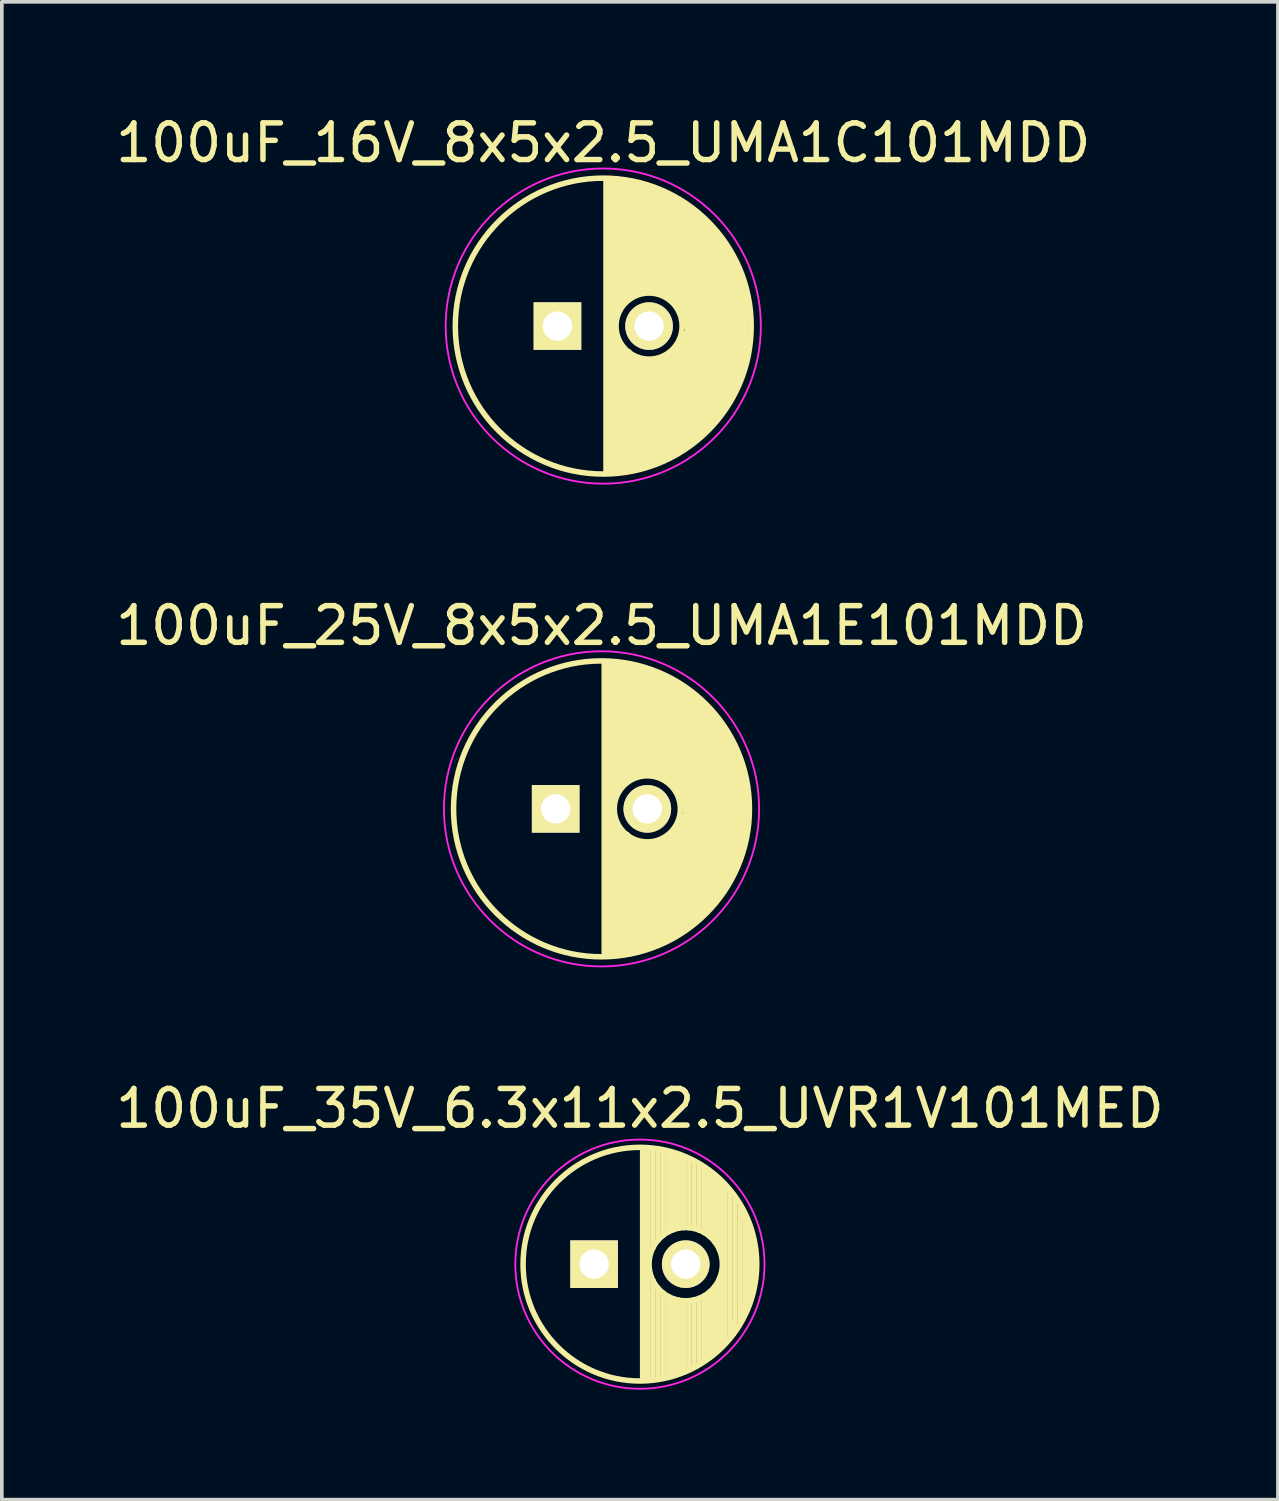
<source format=kicad_pcb>
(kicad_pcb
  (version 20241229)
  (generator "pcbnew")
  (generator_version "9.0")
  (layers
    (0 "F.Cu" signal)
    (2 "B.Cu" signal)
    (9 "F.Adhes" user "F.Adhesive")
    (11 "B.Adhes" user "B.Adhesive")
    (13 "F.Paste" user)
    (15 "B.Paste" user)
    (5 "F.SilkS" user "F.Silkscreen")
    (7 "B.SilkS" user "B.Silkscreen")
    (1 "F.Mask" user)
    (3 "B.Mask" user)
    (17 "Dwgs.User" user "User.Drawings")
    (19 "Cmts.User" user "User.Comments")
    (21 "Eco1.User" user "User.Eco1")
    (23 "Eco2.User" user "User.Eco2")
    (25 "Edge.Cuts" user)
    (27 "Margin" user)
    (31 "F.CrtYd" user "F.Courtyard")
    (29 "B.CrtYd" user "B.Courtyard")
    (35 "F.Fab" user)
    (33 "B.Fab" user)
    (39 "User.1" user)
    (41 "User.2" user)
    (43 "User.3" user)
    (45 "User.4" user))
  (footprint "100uF_25V_8x5x2.5_UMA1E101MDD"
    (layer "F.Cu")
    (at 13.363 19.021)
    (property "Reference" "100uF_25V_8x5x2.5_UMA1E101MDD" (at 0 -5 0) (layer "F.SilkS") (effects (font (size 1 1) (thickness 0.15))))
    (attr through_hole)
    (fp_line (start 0.075 -3.999) (end 0.075 3.999) (stroke (width 0.15) (type solid)) (layer "F.SilkS"))
    (fp_line (start 0.2 -4) (end 0.2 4) (stroke (width 0.15) (type solid)) (layer "F.SilkS"))
    (fp_line (start 0.3 4) (end 0.3 -4) (stroke (width 0.15) (type solid)) (layer "F.SilkS"))
    (fp_line (start 0.4 -4) (end 0.4 -0.5) (stroke (width 0.15) (type solid)) (layer "F.SilkS"))
    (fp_line (start 0.4 4) (end 0.4 0.4) (stroke (width 0.15) (type solid)) (layer "F.SilkS"))
    (fp_line (start 0.5 -0.6) (end 0.5 -3.9) (stroke (width 0.15) (type solid)) (layer "F.SilkS"))
    (fp_line (start 0.5 0.6) (end 0.5 3.9) (stroke (width 0.15) (type solid)) (layer "F.SilkS"))
    (fp_line (start 0.6 -3.9) (end 0.6 -0.7) (stroke (width 0.15) (type solid)) (layer "F.SilkS"))
    (fp_line (start 0.6 3.9) (end 0.6 0.7) (stroke (width 0.15) (type solid)) (layer "F.SilkS"))
    (fp_line (start 0.7 -0.8) (end 0.7 -3.9) (stroke (width 0.15) (type solid)) (layer "F.SilkS"))
    (fp_line (start 0.7 0.7) (end 0.7 3.9) (stroke (width 0.15) (type solid)) (layer "F.SilkS"))
    (fp_line (start 0.8 -3.9) (end 0.8 -0.9) (stroke (width 0.15) (type solid)) (layer "F.SilkS"))
    (fp_line (start 0.8 3.9) (end 0.8 0.8) (stroke (width 0.15) (type solid)) (layer "F.SilkS"))
    (fp_line (start 0.9 -0.9) (end 0.9 -3.9) (stroke (width 0.15) (type solid)) (layer "F.SilkS"))
    (fp_line (start 0.9 0.9) (end 0.9 3.8) (stroke (width 0.15) (type solid)) (layer "F.SilkS"))
    (fp_line (start 1 -3.9) (end 1 -1) (stroke (width 0.15) (type solid)) (layer "F.SilkS"))
    (fp_line (start 1 3.9) (end 1 0.9) (stroke (width 0.15) (type solid)) (layer "F.SilkS"))
    (fp_line (start 1.1 -1) (end 1.1 -3.8) (stroke (width 0.15) (type solid)) (layer "F.SilkS"))
    (fp_line (start 1.1 1) (end 1.1 3.8) (stroke (width 0.15) (type solid)) (layer "F.SilkS"))
    (fp_line (start 1.1 3.8) (end 1 3.9) (stroke (width 0.15) (type solid)) (layer "F.SilkS"))
    (fp_line (start 1.2 -1) (end 1.2 -3.8) (stroke (width 0.15) (type solid)) (layer "F.SilkS"))
    (fp_line (start 1.2 3.8) (end 1.2 1) (stroke (width 0.15) (type solid)) (layer "F.SilkS"))
    (fp_line (start 1.3 -3.8) (end 1.3 -1) (stroke (width 0.15) (type solid)) (layer "F.SilkS"))
    (fp_line (start 1.3 1) (end 1.3 3.8) (stroke (width 0.15) (type solid)) (layer "F.SilkS"))
    (fp_line (start 1.4 -0.9) (end 1.4 -3.7) (stroke (width 0.15) (type solid)) (layer "F.SilkS"))
    (fp_line (start 1.4 3.7) (end 1.4 1) (stroke (width 0.15) (type solid)) (layer "F.SilkS"))
    (fp_line (start 1.5 -3.7) (end 1.5 -1) (stroke (width 0.15) (type solid)) (layer "F.SilkS"))
    (fp_line (start 1.5 0.9) (end 1.5 3.7) (stroke (width 0.15) (type solid)) (layer "F.SilkS"))
    (fp_line (start 1.6 -0.9) (end 1.6 -3.6) (stroke (width 0.15) (type solid)) (layer "F.SilkS"))
    (fp_line (start 1.6 3.6) (end 1.6 0.9) (stroke (width 0.15) (type solid)) (layer "F.SilkS"))
    (fp_line (start 1.7 -3.6) (end 1.7 -0.9) (stroke (width 0.15) (type solid)) (layer "F.SilkS"))
    (fp_line (start 1.7 0.9) (end 1.7 3.6) (stroke (width 0.15) (type solid)) (layer "F.SilkS"))
    (fp_line (start 1.8 -0.8) (end 1.8 -3.5) (stroke (width 0.15) (type solid)) (layer "F.SilkS"))
    (fp_line (start 1.8 3.6) (end 1.8 0.8) (stroke (width 0.15) (type solid)) (layer "F.SilkS"))
    (fp_line (start 1.9 -3.5) (end 1.9 -0.7) (stroke (width 0.15) (type solid)) (layer "F.SilkS"))
    (fp_line (start 1.9 0.7) (end 1.9 3.5) (stroke (width 0.15) (type solid)) (layer "F.SilkS"))
    (fp_line (start 2 -0.6) (end 2 -3.4) (stroke (width 0.15) (type solid)) (layer "F.SilkS"))
    (fp_line (start 2 3.5) (end 2 0.6) (stroke (width 0.15) (type solid)) (layer "F.SilkS"))
    (fp_line (start 2.1 -3.4) (end 2.1 -0.4) (stroke (width 0.15) (type solid)) (layer "F.SilkS"))
    (fp_line (start 2.1 0.4) (end 2.1 3.4) (stroke (width 0.15) (type solid)) (layer "F.SilkS"))
    (fp_line (start 2.2 0) (end 2.2 -3.3) (stroke (width 0.15) (type solid)) (layer "F.SilkS"))
    (fp_line (start 2.2 0.2) (end 2.2 3.3) (stroke (width 0.15) (type solid)) (layer "F.SilkS"))
    (fp_line (start 2.3 -3.2) (end 2.3 3.3) (stroke (width 0.15) (type solid)) (layer "F.SilkS"))
    (fp_line (start 2.4 3.1) (end 2.4 -3.2) (stroke (width 0.15) (type solid)) (layer "F.SilkS"))
    (fp_line (start 2.5 -3.1) (end 2.5 3.1) (stroke (width 0.15) (type solid)) (layer "F.SilkS"))
    (fp_line (start 2.6 3) (end 2.6 -3) (stroke (width 0.15) (type solid)) (layer "F.SilkS"))
    (fp_line (start 2.7 -2.9) (end 2.7 2.9) (stroke (width 0.15) (type solid)) (layer "F.SilkS"))
    (fp_line (start 2.8 2.8) (end 2.8 -2.8) (stroke (width 0.15) (type solid)) (layer "F.SilkS"))
    (fp_line (start 2.9 -2.7) (end 2.9 2.7) (stroke (width 0.15) (type solid)) (layer "F.SilkS"))
    (fp_line (start 3 2.6) (end 3 -2.6) (stroke (width 0.15) (type solid)) (layer "F.SilkS"))
    (fp_line (start 3.1 -2.5) (end 3.1 2.5) (stroke (width 0.15) (type solid)) (layer "F.SilkS"))
    (fp_line (start 3.2 2.3) (end 3.2 -2.4) (stroke (width 0.15) (type solid)) (layer "F.SilkS"))
    (fp_line (start 3.3 -2.2) (end 3.3 2.2) (stroke (width 0.15) (type solid)) (layer "F.SilkS"))
    (fp_line (start 3.4 2) (end 3.4 -2.1) (stroke (width 0.15) (type solid)) (layer "F.SilkS"))
    (fp_line (start 3.5 -1.9) (end 3.5 1.9) (stroke (width 0.15) (type solid)) (layer "F.SilkS"))
    (fp_line (start 3.6 1.5) (end 3.6 1.8) (stroke (width 0.15) (type solid)) (layer "F.SilkS"))
    (fp_line (start 3.6 1.6) (end 3.6 -1.7) (stroke (width 0.15) (type solid)) (layer "F.SilkS"))
    (fp_line (start 3.7 -1.4) (end 3.7 1.5) (stroke (width 0.15) (type solid)) (layer "F.SilkS"))
    (fp_line (start 3.8 1.2) (end 3.8 -1.2) (stroke (width 0.15) (type solid)) (layer "F.SilkS"))
    (fp_line (start 3.9 -0.8) (end 3.9 0.8) (stroke (width 0.15) (type solid)) (layer "F.SilkS"))
    (fp_circle (center 0 0) (end 0 -4.037) (stroke (width 0.15) (type solid)) (fill no) (layer "F.SilkS"))
    (fp_circle (center 1.25 0) (end 1.75 0.75) (stroke (width 0.15) (type solid)) (fill no) (layer "F.SilkS"))
    (fp_circle (center 0 0) (end 0 -4.3) (stroke (width 0.05) (type solid)) (fill no) (layer "F.CrtYd"))
    (pad "1" thru_hole rect (at -1.25 0) (size 1.3 1.3) (drill 0.8) (layers "*.Cu" "*.Mask" "F.SilkS"))
    (pad "2" thru_hole circle (at 1.25 0) (size 1.3 1.3) (drill 0.8) (layers "*.Cu" "*.Mask" "F.SilkS")))
  (footprint "100uF_35V_6.3x11x2.5_UVR1V101MED"
    (layer "F.Cu")
    (at 14.411 31.445)
    (property "Reference" "100uF_35V_6.3x11x2.5_UVR1V101MED" (at 0 -4.25 0) (layer "F.SilkS") (effects (font (size 1 1) (thickness 0.15))))
    (attr through_hole)
    (fp_line (start 0.075 -3.149) (end 0.075 3.149) (stroke (width 0.15) (type solid)) (layer "F.SilkS"))
    (fp_line (start 0.215 -3.143) (end 0.215 3.143) (stroke (width 0.15) (type solid)) (layer "F.SilkS"))
    (fp_line (start 0.355 -3.13) (end 0.355 -0.446) (stroke (width 0.15) (type solid)) (layer "F.SilkS"))
    (fp_line (start 0.355 0.446) (end 0.355 3.13) (stroke (width 0.15) (type solid)) (layer "F.SilkS"))
    (fp_line (start 0.495 -3.111) (end 0.495 -0.656) (stroke (width 0.15) (type solid)) (layer "F.SilkS"))
    (fp_line (start 0.495 0.656) (end 0.495 3.111) (stroke (width 0.15) (type solid)) (layer "F.SilkS"))
    (fp_line (start 0.635 -3.085) (end 0.635 -0.789) (stroke (width 0.15) (type solid)) (layer "F.SilkS"))
    (fp_line (start 0.635 0.789) (end 0.635 3.085) (stroke (width 0.15) (type solid)) (layer "F.SilkS"))
    (fp_line (start 0.775 -3.053) (end 0.775 -0.88) (stroke (width 0.15) (type solid)) (layer "F.SilkS"))
    (fp_line (start 0.775 0.88) (end 0.775 3.053) (stroke (width 0.15) (type solid)) (layer "F.SilkS"))
    (fp_line (start 0.915 -3.014) (end 0.915 -0.942) (stroke (width 0.15) (type solid)) (layer "F.SilkS"))
    (fp_line (start 0.915 0.942) (end 0.915 3.014) (stroke (width 0.15) (type solid)) (layer "F.SilkS"))
    (fp_line (start 1.055 -2.968) (end 1.055 -0.981) (stroke (width 0.15) (type solid)) (layer "F.SilkS"))
    (fp_line (start 1.055 0.981) (end 1.055 2.968) (stroke (width 0.15) (type solid)) (layer "F.SilkS"))
    (fp_line (start 1.195 -2.915) (end 1.195 -0.998) (stroke (width 0.15) (type solid)) (layer "F.SilkS"))
    (fp_line (start 1.195 0.998) (end 1.195 2.915) (stroke (width 0.15) (type solid)) (layer "F.SilkS"))
    (fp_line (start 1.335 -2.853) (end 1.335 -0.996) (stroke (width 0.15) (type solid)) (layer "F.SilkS"))
    (fp_line (start 1.335 0.996) (end 1.335 2.853) (stroke (width 0.15) (type solid)) (layer "F.SilkS"))
    (fp_line (start 1.475 -2.783) (end 1.475 -0.974) (stroke (width 0.15) (type solid)) (layer "F.SilkS"))
    (fp_line (start 1.475 0.974) (end 1.475 2.783) (stroke (width 0.15) (type solid)) (layer "F.SilkS"))
    (fp_line (start 1.615 -2.704) (end 1.615 -0.931) (stroke (width 0.15) (type solid)) (layer "F.SilkS"))
    (fp_line (start 1.615 0.931) (end 1.615 2.704) (stroke (width 0.15) (type solid)) (layer "F.SilkS"))
    (fp_line (start 1.755 -2.616) (end 1.755 -0.863) (stroke (width 0.15) (type solid)) (layer "F.SilkS"))
    (fp_line (start 1.755 0.863) (end 1.755 2.616) (stroke (width 0.15) (type solid)) (layer "F.SilkS"))
    (fp_line (start 1.895 -2.516) (end 1.895 -0.764) (stroke (width 0.15) (type solid)) (layer "F.SilkS"))
    (fp_line (start 1.895 0.764) (end 1.895 2.516) (stroke (width 0.15) (type solid)) (layer "F.SilkS"))
    (fp_line (start 2.035 -2.404) (end 2.035 -0.619) (stroke (width 0.15) (type solid)) (layer "F.SilkS"))
    (fp_line (start 2.035 0.619) (end 2.035 2.404) (stroke (width 0.15) (type solid)) (layer "F.SilkS"))
    (fp_line (start 2.175 -2.279) (end 2.175 -0.38) (stroke (width 0.15) (type solid)) (layer "F.SilkS"))
    (fp_line (start 2.175 0.38) (end 2.175 2.279) (stroke (width 0.15) (type solid)) (layer "F.SilkS"))
    (fp_line (start 2.315 -2.136) (end 2.315 2.136) (stroke (width 0.15) (type solid)) (layer "F.SilkS"))
    (fp_line (start 2.455 -1.974) (end 2.455 1.974) (stroke (width 0.15) (type solid)) (layer "F.SilkS"))
    (fp_line (start 2.55 1.6) (end 2.55 1.9) (stroke (width 0.15) (type solid)) (layer "F.SilkS"))
    (fp_line (start 2.595 -1.786) (end 2.595 1.786) (stroke (width 0.15) (type solid)) (layer "F.SilkS"))
    (fp_line (start 2.735 -1.563) (end 2.735 1.563) (stroke (width 0.15) (type solid)) (layer "F.SilkS"))
    (fp_line (start 2.75 -1.5) (end 3.05 -0.8) (stroke (width 0.15) (type solid)) (layer "F.SilkS"))
    (fp_line (start 2.875 -1.287) (end 2.875 1.287) (stroke (width 0.15) (type solid)) (layer "F.SilkS"))
    (fp_line (start 2.95 0.9) (end 2.75 1.5) (stroke (width 0.15) (type solid)) (layer "F.SilkS"))
    (fp_line (start 3.015 -0.912) (end 3.015 0.912) (stroke (width 0.15) (type solid)) (layer "F.SilkS"))
    (fp_line (start 3.05 -0.4) (end 3.05 0.5) (stroke (width 0.15) (type solid)) (layer "F.SilkS"))
    (fp_circle (center 0 0) (end 0 -3.188) (stroke (width 0.15) (type solid)) (fill no) (layer "F.SilkS"))
    (fp_circle (center 1.25 0) (end 1.25 -1) (stroke (width 0.15) (type solid)) (fill no) (layer "F.SilkS"))
    (fp_circle (center 0 0) (end 0 -3.4) (stroke (width 0.05) (type solid)) (fill no) (layer "F.CrtYd"))
    (pad "1" thru_hole rect (at -1.25 0) (size 1.3 1.3) (drill 0.8) (layers "*.Cu" "*.Mask" "F.SilkS"))
    (pad "2" thru_hole circle (at 1.25 0) (size 1.3 1.3) (drill 0.8) (layers "*.Cu" "*.Mask" "F.SilkS")))
  (footprint "100uF_16V_8x5x2.5_UMA1C101MDD"
    (layer "F.Cu")
    (at 13.411 5.848)
    (property "Reference" "100uF_16V_8x5x2.5_UMA1C101MDD" (at 0 -5 0) (layer "F.SilkS") (effects (font (size 1 1) (thickness 0.15))))
    (attr through_hole)
    (fp_line (start 0.075 -3.999) (end 0.075 3.999) (stroke (width 0.15) (type solid)) (layer "F.SilkS"))
    (fp_line (start 0.2 -4) (end 0.2 4) (stroke (width 0.15) (type solid)) (layer "F.SilkS"))
    (fp_line (start 0.3 4) (end 0.3 -4) (stroke (width 0.15) (type solid)) (layer "F.SilkS"))
    (fp_line (start 0.4 -4) (end 0.4 -0.5) (stroke (width 0.15) (type solid)) (layer "F.SilkS"))
    (fp_line (start 0.4 4) (end 0.4 0.4) (stroke (width 0.15) (type solid)) (layer "F.SilkS"))
    (fp_line (start 0.5 -0.6) (end 0.5 -3.9) (stroke (width 0.15) (type solid)) (layer "F.SilkS"))
    (fp_line (start 0.5 0.6) (end 0.5 3.9) (stroke (width 0.15) (type solid)) (layer "F.SilkS"))
    (fp_line (start 0.6 -3.9) (end 0.6 -0.7) (stroke (width 0.15) (type solid)) (layer "F.SilkS"))
    (fp_line (start 0.6 3.9) (end 0.6 0.7) (stroke (width 0.15) (type solid)) (layer "F.SilkS"))
    (fp_line (start 0.7 -0.8) (end 0.7 -3.9) (stroke (width 0.15) (type solid)) (layer "F.SilkS"))
    (fp_line (start 0.7 0.7) (end 0.7 3.9) (stroke (width 0.15) (type solid)) (layer "F.SilkS"))
    (fp_line (start 0.8 -3.9) (end 0.8 -0.9) (stroke (width 0.15) (type solid)) (layer "F.SilkS"))
    (fp_line (start 0.8 3.9) (end 0.8 0.8) (stroke (width 0.15) (type solid)) (layer "F.SilkS"))
    (fp_line (start 0.9 -0.9) (end 0.9 -3.9) (stroke (width 0.15) (type solid)) (layer "F.SilkS"))
    (fp_line (start 0.9 0.9) (end 0.9 3.8) (stroke (width 0.15) (type solid)) (layer "F.SilkS"))
    (fp_line (start 1 -3.9) (end 1 -1) (stroke (width 0.15) (type solid)) (layer "F.SilkS"))
    (fp_line (start 1 3.9) (end 1 0.9) (stroke (width 0.15) (type solid)) (layer "F.SilkS"))
    (fp_line (start 1.1 -1) (end 1.1 -3.8) (stroke (width 0.15) (type solid)) (layer "F.SilkS"))
    (fp_line (start 1.1 1) (end 1.1 3.8) (stroke (width 0.15) (type solid)) (layer "F.SilkS"))
    (fp_line (start 1.1 3.8) (end 1 3.9) (stroke (width 0.15) (type solid)) (layer "F.SilkS"))
    (fp_line (start 1.2 -1) (end 1.2 -3.8) (stroke (width 0.15) (type solid)) (layer "F.SilkS"))
    (fp_line (start 1.2 3.8) (end 1.2 1) (stroke (width 0.15) (type solid)) (layer "F.SilkS"))
    (fp_line (start 1.3 -3.8) (end 1.3 -1) (stroke (width 0.15) (type solid)) (layer "F.SilkS"))
    (fp_line (start 1.3 1) (end 1.3 3.8) (stroke (width 0.15) (type solid)) (layer "F.SilkS"))
    (fp_line (start 1.4 -0.9) (end 1.4 -3.7) (stroke (width 0.15) (type solid)) (layer "F.SilkS"))
    (fp_line (start 1.4 3.7) (end 1.4 1) (stroke (width 0.15) (type solid)) (layer "F.SilkS"))
    (fp_line (start 1.5 -3.7) (end 1.5 -1) (stroke (width 0.15) (type solid)) (layer "F.SilkS"))
    (fp_line (start 1.5 0.9) (end 1.5 3.7) (stroke (width 0.15) (type solid)) (layer "F.SilkS"))
    (fp_line (start 1.6 -0.9) (end 1.6 -3.6) (stroke (width 0.15) (type solid)) (layer "F.SilkS"))
    (fp_line (start 1.6 3.6) (end 1.6 0.9) (stroke (width 0.15) (type solid)) (layer "F.SilkS"))
    (fp_line (start 1.7 -3.6) (end 1.7 -0.9) (stroke (width 0.15) (type solid)) (layer "F.SilkS"))
    (fp_line (start 1.7 0.9) (end 1.7 3.6) (stroke (width 0.15) (type solid)) (layer "F.SilkS"))
    (fp_line (start 1.8 -0.8) (end 1.8 -3.5) (stroke (width 0.15) (type solid)) (layer "F.SilkS"))
    (fp_line (start 1.8 3.6) (end 1.8 0.8) (stroke (width 0.15) (type solid)) (layer "F.SilkS"))
    (fp_line (start 1.9 -3.5) (end 1.9 -0.7) (stroke (width 0.15) (type solid)) (layer "F.SilkS"))
    (fp_line (start 1.9 0.7) (end 1.9 3.5) (stroke (width 0.15) (type solid)) (layer "F.SilkS"))
    (fp_line (start 2 -0.6) (end 2 -3.4) (stroke (width 0.15) (type solid)) (layer "F.SilkS"))
    (fp_line (start 2 3.5) (end 2 0.6) (stroke (width 0.15) (type solid)) (layer "F.SilkS"))
    (fp_line (start 2.1 -3.4) (end 2.1 -0.4) (stroke (width 0.15) (type solid)) (layer "F.SilkS"))
    (fp_line (start 2.1 0.4) (end 2.1 3.4) (stroke (width 0.15) (type solid)) (layer "F.SilkS"))
    (fp_line (start 2.2 0) (end 2.2 -3.3) (stroke (width 0.15) (type solid)) (layer "F.SilkS"))
    (fp_line (start 2.2 0.2) (end 2.2 3.3) (stroke (width 0.15) (type solid)) (layer "F.SilkS"))
    (fp_line (start 2.3 -3.2) (end 2.3 3.3) (stroke (width 0.15) (type solid)) (layer "F.SilkS"))
    (fp_line (start 2.4 3.1) (end 2.4 -3.2) (stroke (width 0.15) (type solid)) (layer "F.SilkS"))
    (fp_line (start 2.5 -3.1) (end 2.5 3.1) (stroke (width 0.15) (type solid)) (layer "F.SilkS"))
    (fp_line (start 2.6 3) (end 2.6 -3) (stroke (width 0.15) (type solid)) (layer "F.SilkS"))
    (fp_line (start 2.7 -2.9) (end 2.7 2.9) (stroke (width 0.15) (type solid)) (layer "F.SilkS"))
    (fp_line (start 2.8 2.8) (end 2.8 -2.8) (stroke (width 0.15) (type solid)) (layer "F.SilkS"))
    (fp_line (start 2.9 -2.7) (end 2.9 2.7) (stroke (width 0.15) (type solid)) (layer "F.SilkS"))
    (fp_line (start 3 2.6) (end 3 -2.6) (stroke (width 0.15) (type solid)) (layer "F.SilkS"))
    (fp_line (start 3.1 -2.5) (end 3.1 2.5) (stroke (width 0.15) (type solid)) (layer "F.SilkS"))
    (fp_line (start 3.2 2.3) (end 3.2 -2.4) (stroke (width 0.15) (type solid)) (layer "F.SilkS"))
    (fp_line (start 3.3 -2.2) (end 3.3 2.2) (stroke (width 0.15) (type solid)) (layer "F.SilkS"))
    (fp_line (start 3.4 2) (end 3.4 -2.1) (stroke (width 0.15) (type solid)) (layer "F.SilkS"))
    (fp_line (start 3.5 -1.9) (end 3.5 1.9) (stroke (width 0.15) (type solid)) (layer "F.SilkS"))
    (fp_line (start 3.6 1.5) (end 3.6 1.8) (stroke (width 0.15) (type solid)) (layer "F.SilkS"))
    (fp_line (start 3.6 1.6) (end 3.6 -1.7) (stroke (width 0.15) (type solid)) (layer "F.SilkS"))
    (fp_line (start 3.7 -1.4) (end 3.7 1.5) (stroke (width 0.15) (type solid)) (layer "F.SilkS"))
    (fp_line (start 3.8 1.2) (end 3.8 -1.2) (stroke (width 0.15) (type solid)) (layer "F.SilkS"))
    (fp_line (start 3.9 -0.8) (end 3.9 0.8) (stroke (width 0.15) (type solid)) (layer "F.SilkS"))
    (fp_circle (center 0 0) (end 0 -4.037) (stroke (width 0.15) (type solid)) (fill no) (layer "F.SilkS"))
    (fp_circle (center 1.25 0) (end 1.75 0.75) (stroke (width 0.15) (type solid)) (fill no) (layer "F.SilkS"))
    (fp_circle (center 0 0) (end 0 -4.3) (stroke (width 0.05) (type solid)) (fill no) (layer "F.CrtYd"))
    (pad "1" thru_hole rect (at -1.25 0) (size 1.3 1.3) (drill 0.8) (layers "*.Cu" "*.Mask" "F.SilkS"))
    (pad "2" thru_hole circle (at 1.25 0) (size 1.3 1.3) (drill 0.8) (layers "*.Cu" "*.Mask" "F.SilkS")))
  (gr_rect
    (start -3 -3)
    (end 31.821 37.87)
    (stroke (width 0.1) (type default))
    (fill no)
    (layer "Edge.Cuts")))
</source>
